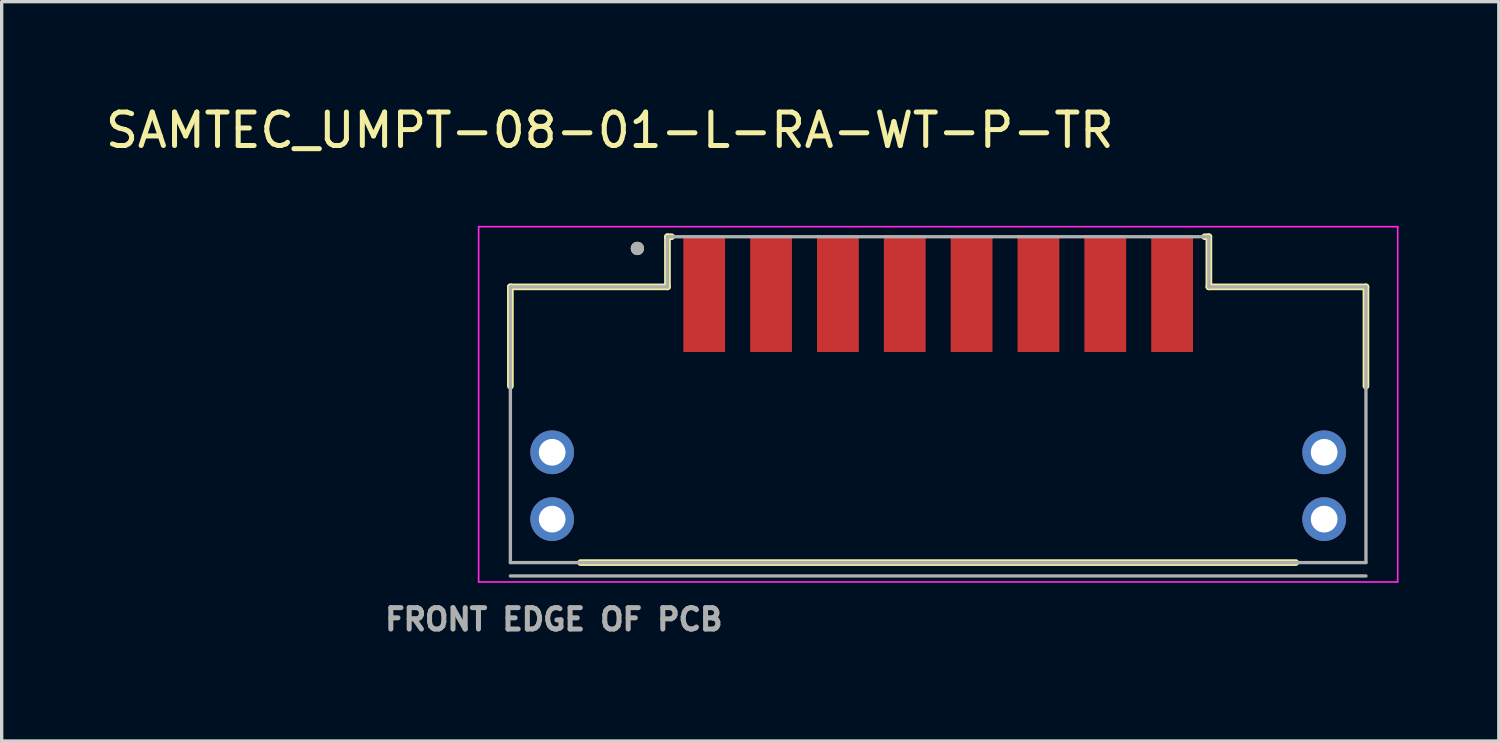
<source format=kicad_pcb>
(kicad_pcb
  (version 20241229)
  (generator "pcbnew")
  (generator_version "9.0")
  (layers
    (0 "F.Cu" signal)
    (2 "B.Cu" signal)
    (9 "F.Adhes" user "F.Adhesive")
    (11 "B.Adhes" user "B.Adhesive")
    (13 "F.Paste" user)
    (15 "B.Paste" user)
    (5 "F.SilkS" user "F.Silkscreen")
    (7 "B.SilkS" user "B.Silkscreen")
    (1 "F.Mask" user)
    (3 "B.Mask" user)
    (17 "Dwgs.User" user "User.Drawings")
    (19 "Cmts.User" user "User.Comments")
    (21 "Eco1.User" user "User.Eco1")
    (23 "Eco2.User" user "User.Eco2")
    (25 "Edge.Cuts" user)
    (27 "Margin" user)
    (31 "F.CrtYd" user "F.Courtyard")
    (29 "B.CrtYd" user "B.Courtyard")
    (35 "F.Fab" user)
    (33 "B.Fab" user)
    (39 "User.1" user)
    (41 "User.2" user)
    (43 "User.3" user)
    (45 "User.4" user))
  (footprint "SAMTEC_UMPT-08-01-L-RA-WT-P-TR"
    (layer "F.Cu")
    (at 25.021 11.483)
    (property "Reference" "SAMTEC_UMPT-08-01-L-RA-WT-P-TR" (at -9.825 -10.635 0) (layer "F.SilkS") (effects (font (size 1 1) (thickness 0.15))))
    (attr smd)
    (fp_poly (pts (xy -7.625 -7.5) (xy -6.375 -7.5) (xy -6.375 -6.38) (xy -7.625 -6.38)) (stroke (width 0.01) (type solid)) (fill yes) (layer "F.Mask"))
    (fp_poly (pts (xy -7.625 -6.18) (xy -6.375 -6.18) (xy -6.375 -5.32) (xy -7.625 -5.32)) (stroke (width 0.01) (type solid)) (fill yes) (layer "F.Mask"))
    (fp_poly (pts (xy -7.625 -5.12) (xy -6.375 -5.12) (xy -6.375 -4) (xy -7.625 -4)) (stroke (width 0.01) (type solid)) (fill yes) (layer "F.Mask"))
    (fp_poly (pts (xy -5.625 -7.5) (xy -4.375 -7.5) (xy -4.375 -6.38) (xy -5.625 -6.38)) (stroke (width 0.01) (type solid)) (fill yes) (layer "F.Mask"))
    (fp_poly (pts (xy -5.625 -6.18) (xy -4.375 -6.18) (xy -4.375 -5.32) (xy -5.625 -5.32)) (stroke (width 0.01) (type solid)) (fill yes) (layer "F.Mask"))
    (fp_poly (pts (xy -5.625 -5.12) (xy -4.375 -5.12) (xy -4.375 -4) (xy -5.625 -4)) (stroke (width 0.01) (type solid)) (fill yes) (layer "F.Mask"))
    (fp_poly (pts (xy -3.625 -7.5) (xy -2.375 -7.5) (xy -2.375 -6.38) (xy -3.625 -6.38)) (stroke (width 0.01) (type solid)) (fill yes) (layer "F.Mask"))
    (fp_poly (pts (xy -3.625 -6.18) (xy -2.375 -6.18) (xy -2.375 -5.32) (xy -3.625 -5.32)) (stroke (width 0.01) (type solid)) (fill yes) (layer "F.Mask"))
    (fp_poly (pts (xy -3.625 -5.12) (xy -2.375 -5.12) (xy -2.375 -4) (xy -3.625 -4)) (stroke (width 0.01) (type solid)) (fill yes) (layer "F.Mask"))
    (fp_poly (pts (xy -1.625 -7.5) (xy -0.375 -7.5) (xy -0.375 -6.38) (xy -1.625 -6.38)) (stroke (width 0.01) (type solid)) (fill yes) (layer "F.Mask"))
    (fp_poly (pts (xy -1.625 -6.18) (xy -0.375 -6.18) (xy -0.375 -5.32) (xy -1.625 -5.32)) (stroke (width 0.01) (type solid)) (fill yes) (layer "F.Mask"))
    (fp_poly (pts (xy -1.625 -5.12) (xy -0.375 -5.12) (xy -0.375 -4) (xy -1.625 -4)) (stroke (width 0.01) (type solid)) (fill yes) (layer "F.Mask"))
    (fp_poly (pts (xy 0.375 -7.5) (xy 1.625 -7.5) (xy 1.625 -6.38) (xy 0.375 -6.38)) (stroke (width 0.01) (type solid)) (fill yes) (layer "F.Mask"))
    (fp_poly (pts (xy 0.375 -6.18) (xy 1.625 -6.18) (xy 1.625 -5.32) (xy 0.375 -5.32)) (stroke (width 0.01) (type solid)) (fill yes) (layer "F.Mask"))
    (fp_poly (pts (xy 0.375 -5.12) (xy 1.625 -5.12) (xy 1.625 -4) (xy 0.375 -4)) (stroke (width 0.01) (type solid)) (fill yes) (layer "F.Mask"))
    (fp_poly (pts (xy 2.375 -7.5) (xy 3.625 -7.5) (xy 3.625 -6.38) (xy 2.375 -6.38)) (stroke (width 0.01) (type solid)) (fill yes) (layer "F.Mask"))
    (fp_poly (pts (xy 2.375 -6.18) (xy 3.625 -6.18) (xy 3.625 -5.32) (xy 2.375 -5.32)) (stroke (width 0.01) (type solid)) (fill yes) (layer "F.Mask"))
    (fp_poly (pts (xy 2.375 -5.12) (xy 3.625 -5.12) (xy 3.625 -4) (xy 2.375 -4)) (stroke (width 0.01) (type solid)) (fill yes) (layer "F.Mask"))
    (fp_poly (pts (xy 4.375 -7.5) (xy 5.625 -7.5) (xy 5.625 -6.38) (xy 4.375 -6.38)) (stroke (width 0.01) (type solid)) (fill yes) (layer "F.Mask"))
    (fp_poly (pts (xy 4.375 -6.18) (xy 5.625 -6.18) (xy 5.625 -5.32) (xy 4.375 -5.32)) (stroke (width 0.01) (type solid)) (fill yes) (layer "F.Mask"))
    (fp_poly (pts (xy 4.375 -5.12) (xy 5.625 -5.12) (xy 5.625 -4) (xy 4.375 -4)) (stroke (width 0.01) (type solid)) (fill yes) (layer "F.Mask"))
    (fp_poly (pts (xy 6.375 -7.5) (xy 7.625 -7.5) (xy 7.625 -6.38) (xy 6.375 -6.38)) (stroke (width 0.01) (type solid)) (fill yes) (layer "F.Mask"))
    (fp_poly (pts (xy 6.375 -6.18) (xy 7.625 -6.18) (xy 7.625 -5.32) (xy 6.375 -5.32)) (stroke (width 0.01) (type solid)) (fill yes) (layer "F.Mask"))
    (fp_poly (pts (xy 6.375 -5.12) (xy 7.625 -5.12) (xy 7.625 -4) (xy 6.375 -4)) (stroke (width 0.01) (type solid)) (fill yes) (layer "F.Mask"))
    (fp_line (start -12.8 -5.95) (end -12.8 -2.98) (stroke (width 0.2) (type solid)) (layer "F.SilkS"))
    (fp_line (start -12.8 -5.95) (end -8.1 -5.95) (stroke (width 0.2) (type solid)) (layer "F.SilkS"))
    (fp_line (start -8.1 -7.45) (end -7.975 -7.45) (stroke (width 0.2) (type solid)) (layer "F.SilkS"))
    (fp_line (start -8.1 -5.95) (end -8.1 -7.45) (stroke (width 0.2) (type solid)) (layer "F.SilkS"))
    (fp_line (start 7.975 -7.45) (end 8.1 -7.45) (stroke (width 0.2) (type solid)) (layer "F.SilkS"))
    (fp_line (start 8.1 -7.45) (end 8.1 -5.95) (stroke (width 0.2) (type solid)) (layer "F.SilkS"))
    (fp_line (start 8.1 -5.95) (end 12.8 -5.95) (stroke (width 0.2) (type solid)) (layer "F.SilkS"))
    (fp_line (start 10.7 2.3) (end -10.7 2.3) (stroke (width 0.2) (type solid)) (layer "F.SilkS"))
    (fp_line (start 12.8 -5.95) (end 12.8 -2.98) (stroke (width 0.2) (type solid)) (layer "F.SilkS"))
    (fp_circle (center -9 -7.1) (end -8.9 -7.1) (stroke (width 0.2) (type solid)) (fill no) (layer "F.SilkS"))
    (fp_poly (pts (xy -13.5 -2.63) (xy -11.05 -2.63) (xy -11.05 -0.35) (xy -13.5 -0.35)) (stroke (width 0.01) (type solid)) (fill yes) (layer "F.Paste"))
    (fp_poly (pts (xy -13.5 0.35) (xy -11.05 0.35) (xy -11.05 2.63) (xy -13.5 2.63)) (stroke (width 0.01) (type solid)) (fill yes) (layer "F.Paste"))
    (fp_poly (pts (xy 11.05 -2.63) (xy 13.5 -2.63) (xy 13.5 -0.35) (xy 11.05 -0.35)) (stroke (width 0.01) (type solid)) (fill yes) (layer "F.Paste"))
    (fp_poly (pts (xy 11.05 0.35) (xy 13.5 0.35) (xy 13.5 2.63) (xy 11.05 2.63)) (stroke (width 0.01) (type solid)) (fill yes) (layer "F.Paste"))
    (fp_line (start -13.75 -7.75) (end -13.75 2.88) (stroke (width 0.05) (type solid)) (layer "F.CrtYd"))
    (fp_line (start -13.75 -7.75) (end 13.75 -7.75) (stroke (width 0.05) (type solid)) (layer "F.CrtYd"))
    (fp_line (start -13.75 2.88) (end 13.75 2.88) (stroke (width 0.05) (type solid)) (layer "F.CrtYd"))
    (fp_line (start 13.75 -7.75) (end 13.75 2.88) (stroke (width 0.05) (type solid)) (layer "F.CrtYd"))
    (fp_line (start -12.8 -5.95) (end -8.1 -5.95) (stroke (width 0.1) (type solid)) (layer "F.Fab"))
    (fp_line (start -12.8 2.3) (end -12.8 -5.95) (stroke (width 0.1) (type solid)) (layer "F.Fab"))
    (fp_line (start -12.8 2.7) (end 12.8 2.7) (stroke (width 0.1) (type solid)) (layer "F.Fab"))
    (fp_line (start -8.1 -7.45) (end 8.1 -7.45) (stroke (width 0.1) (type solid)) (layer "F.Fab"))
    (fp_line (start -8.1 -5.95) (end -8.1 -7.45) (stroke (width 0.1) (type solid)) (layer "F.Fab"))
    (fp_line (start 8.1 -7.45) (end 8.1 -5.95) (stroke (width 0.1) (type solid)) (layer "F.Fab"))
    (fp_line (start 8.1 -5.95) (end 12.8 -5.95) (stroke (width 0.1) (type solid)) (layer "F.Fab"))
    (fp_line (start 12.8 -5.95) (end 12.8 2.3) (stroke (width 0.1) (type solid)) (layer "F.Fab"))
    (fp_line (start 12.8 2.3) (end -12.8 2.3) (stroke (width 0.1) (type solid)) (layer "F.Fab"))
    (fp_circle (center -9 -7.1) (end -8.9 -7.1) (stroke (width 0.2) (type solid)) (fill no) (layer "F.Fab"))
    (fp_text user "FRONT EDGE OF PCB" (at -11.5 4 0) (layer "F.Fab") (effects (font (size 0.64 0.64) (thickness 0.15))))
    (pad "01" smd rect (at -7 -5.75) (size 1.25 3.5) (layers "F.Cu" "F.Paste"))
    (pad "02" smd rect (at -5 -5.75) (size 1.25 3.5) (layers "F.Cu" "F.Paste"))
    (pad "03" smd rect (at -3 -5.75) (size 1.25 3.5) (layers "F.Cu" "F.Paste"))
    (pad "04" smd rect (at -1 -5.75) (size 1.25 3.5) (layers "F.Cu" "F.Paste"))
    (pad "05" smd rect (at 1 -5.75) (size 1.25 3.5) (layers "F.Cu" "F.Paste"))
    (pad "06" smd rect (at 3 -5.75) (size 1.25 3.5) (layers "F.Cu" "F.Paste"))
    (pad "07" smd rect (at 5 -5.75) (size 1.25 3.5) (layers "F.Cu" "F.Paste"))
    (pad "08" smd rect (at 7 -5.75) (size 1.25 3.5) (layers "F.Cu" "F.Paste"))
    (pad "S1" thru_hole circle (at -11.55 -1) (size 1.308 1.308) (drill 0.8) (layers "*.Cu" "*.Mask"))
    (pad "S2" thru_hole circle (at -11.55 1) (size 1.308 1.308) (drill 0.8) (layers "*.Cu" "*.Mask"))
    (pad "S3" thru_hole circle (at 11.55 -1) (size 1.308 1.308) (drill 0.8) (layers "*.Cu" "*.Mask"))
    (pad "S4" thru_hole circle (at 11.55 1) (size 1.308 1.308) (drill 0.8) (layers "*.Cu" "*.Mask")))
  (gr_rect
    (start -3 -3)
    (end 41.796 19.121)
    (stroke (width 0.1) (type default))
    (fill no)
    (layer "Edge.Cuts")))
</source>
